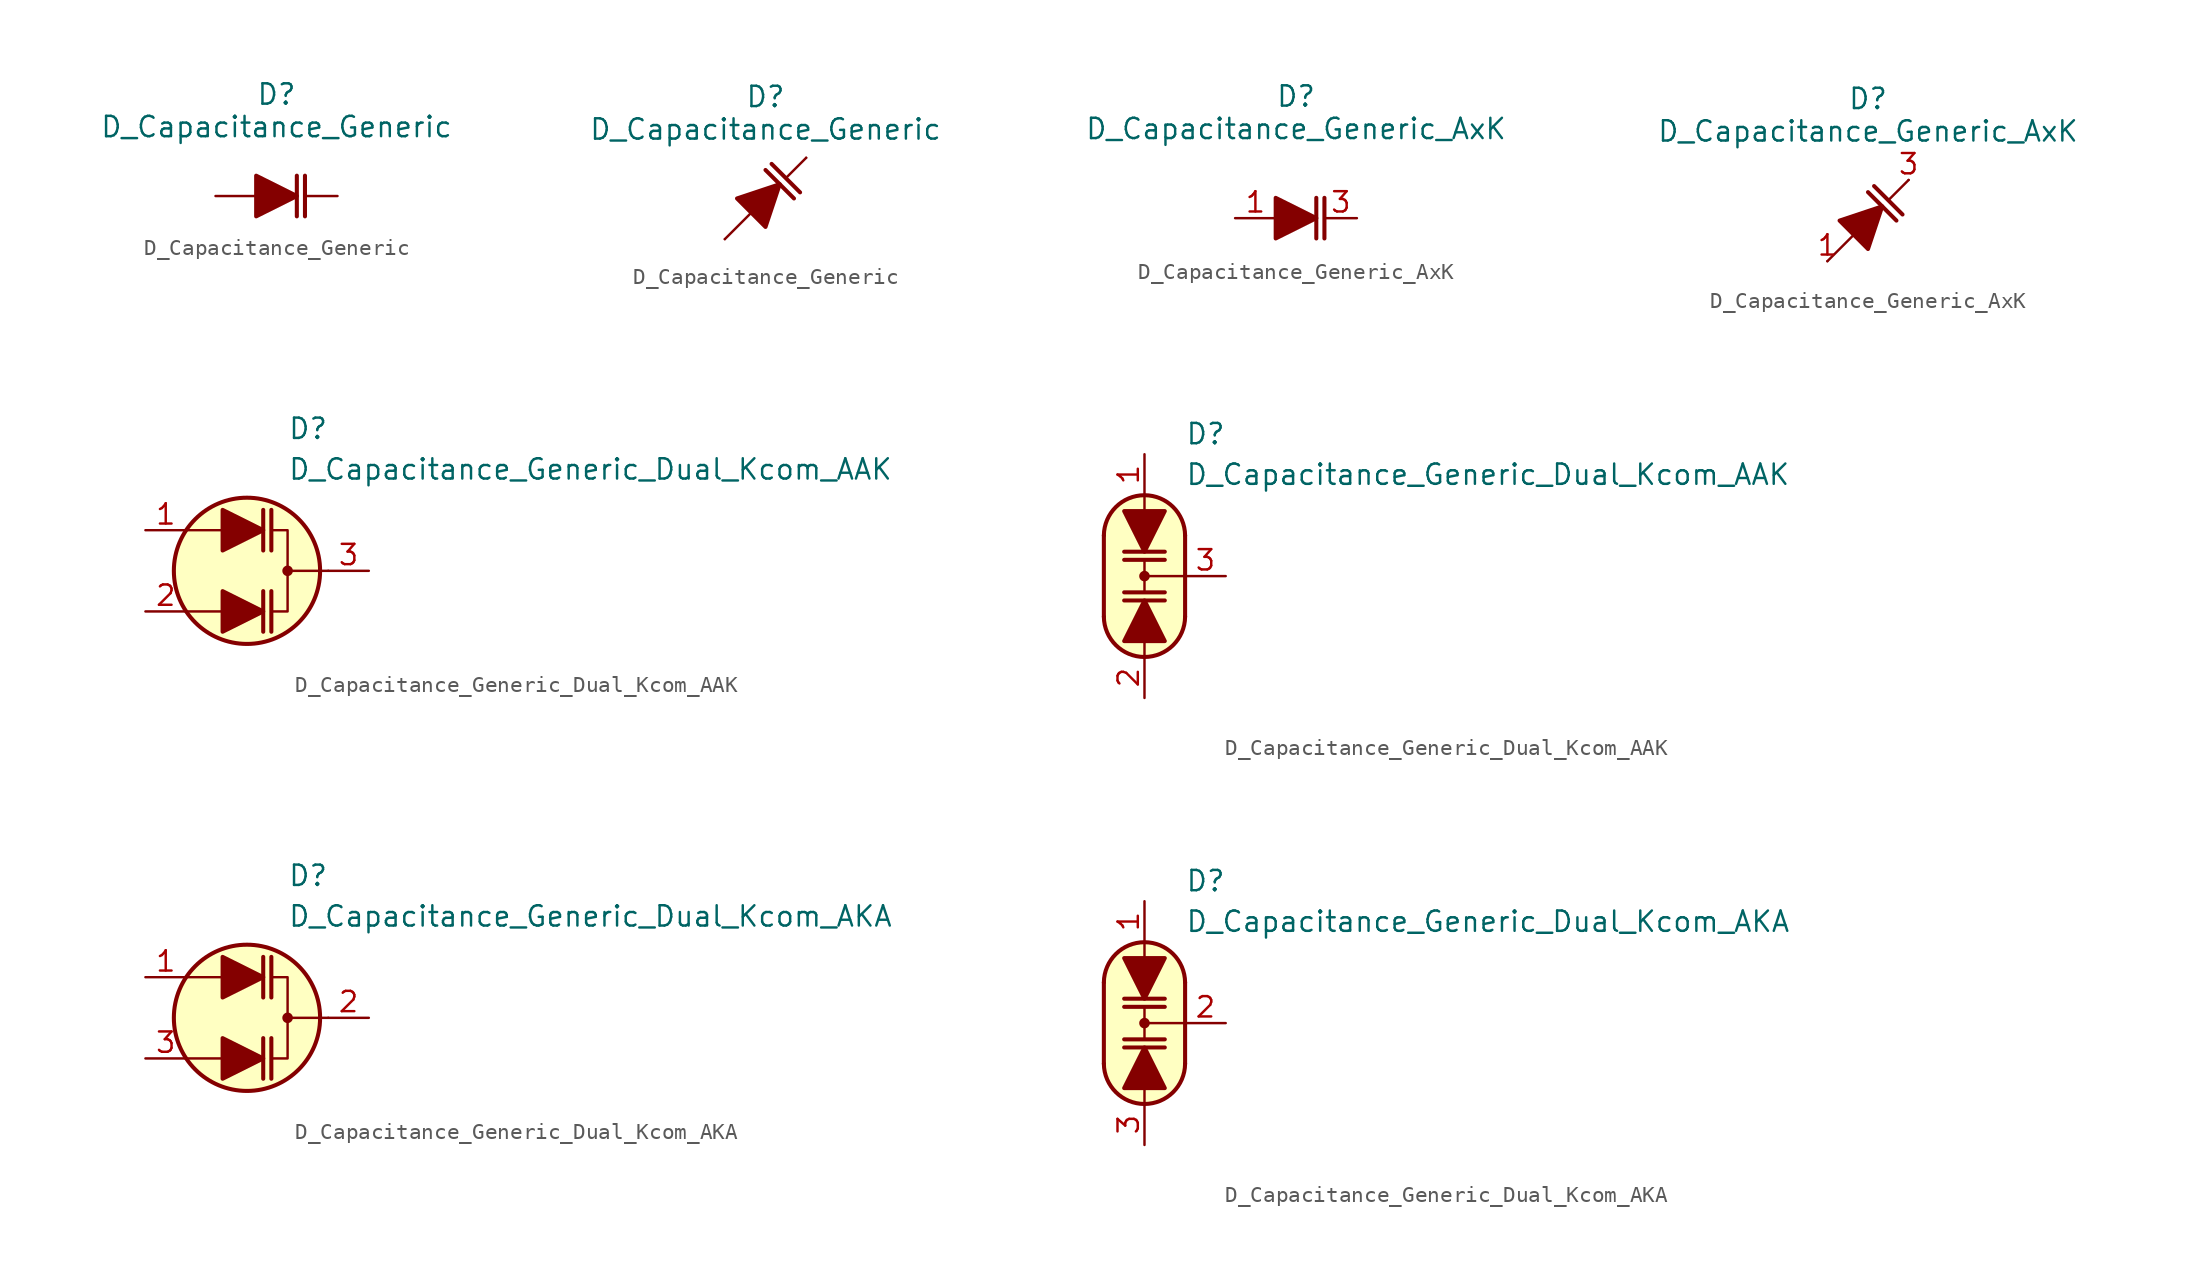
<source format=kicad_sym>
(kicad_symbol_lib
  (version 20231120)
  (generator "kicad_symbol_editor")
  (generator_version "8.0")
  (symbol "D_Capacitance_Generic"
    (pin_numbers hide)
    (pin_names
      (offset 1.016) hide)
    (property "Reference" "D"
      (at 0 6.35 0)
      (effects (font (size 1.27 1.27))))
    (property "Value" "D_Capacitance_Generic"
      (at 0 4.318 0)
      (effects (font (size 1.27 1.27))))
    (symbol "D_Capacitance_Generic_0_1"
      (polyline (pts (xy 1.27 -1.27) (xy 1.27 1.27)) (stroke (width 0.254) (type default)) (fill (type none)))
      (polyline (pts (xy 1.27 0) (xy -1.27 0)) (stroke (width 0) (type default)) (fill (type none)))
      (polyline (pts (xy -1.27 -1.27) (xy -1.27 1.27) (xy 1.27 0) (xy -1.27 -1.27)) (stroke (width 0.254) (type default)) (fill (type outline))))
    (symbol "D_Capacitance_Generic_0_2"
      (polyline (pts (xy -2.54 -2.54) (xy -0.889 -0.889)) (stroke (width 0) (type default)) (fill (type none)))
      (polyline (pts (xy 0 1.778) (xy 1.778 0)) (stroke (width 0.254) (type default)) (fill (type none)))
      (polyline (pts (xy 0.381 2.159) (xy 2.159 0.381)) (stroke (width 0.254) (type default)) (fill (type none)))
      (polyline (pts (xy 1.27 1.27) (xy 2.54 2.54)) (stroke (width 0) (type default)) (fill (type none)))
      (polyline (pts (xy -0.889 -0.889) (xy -1.778 0) (xy 0.889 0.889) (xy 0 -1.778) (xy -0.889 -0.889)) (stroke (width 0.254) (type default)) (fill (type outline))))
    (symbol "D_Capacitance_Generic_1_1"
      (polyline (pts (xy 1.778 -1.27) (xy 1.778 1.27)) (stroke (width 0.254) (type default)) (fill (type none)))
      (pin passive line (at 3.81 0 180) (length 2.007) (name "K" (effects (font (size 1.27 1.27)))) (number "1" (effects (font (size 1.27 1.27)))))
      (pin passive line (at -3.81 0 0) (length 2.54) (name "A" (effects (font (size 1.27 1.27)))) (number "2" (effects (font (size 1.27 1.27))))))
    (symbol "D_Capacitance_Generic_1_2"
      (pin passive line (at 2.54 2.54 180) (length 0) (name "K" (effects (font (size 1.27 1.27)))) (number "1" (effects (font (size 1.27 1.27)))))
      (pin passive line (at -2.54 -2.54 0) (length 0) (name "A" (effects (font (size 1.27 1.27)))) (number "2" (effects (font (size 1.27 1.27)))))))
  (symbol "D_Capacitance_Generic_AxK"
    (pin_names
      (offset 1.016) hide)
    (property "Reference" "D"
      (at 0 7.62 0)
      (effects (font (size 1.27 1.27))))
    (property "Value" "D_Capacitance_Generic_AxK"
      (at 0 5.588 0)
      (effects (font (size 1.27 1.27))))
    (symbol "D_Capacitance_Generic_AxK_0_1"
      (polyline (pts (xy 1.27 -1.27) (xy 1.27 1.27)) (stroke (width 0.254) (type default)) (fill (type none)))
      (polyline (pts (xy 1.27 0) (xy -1.27 0)) (stroke (width 0) (type default)) (fill (type none)))
      (polyline (pts (xy -1.27 -1.27) (xy -1.27 1.27) (xy 1.27 0) (xy -1.27 -1.27)) (stroke (width 0.254) (type default)) (fill (type outline))))
    (symbol "D_Capacitance_Generic_AxK_0_2"
      (polyline (pts (xy -2.54 -2.54) (xy -0.889 -0.889)) (stroke (width 0) (type default)) (fill (type none)))
      (polyline (pts (xy 0 1.778) (xy 1.778 0)) (stroke (width 0.254) (type default)) (fill (type none)))
      (polyline (pts (xy 0.381 2.159) (xy 2.159 0.381)) (stroke (width 0.254) (type default)) (fill (type none)))
      (polyline (pts (xy 1.27 1.27) (xy 2.54 2.54)) (stroke (width 0) (type default)) (fill (type none)))
      (polyline (pts (xy -0.889 -0.889) (xy -1.778 0) (xy 0.889 0.889) (xy 0 -1.778) (xy -0.889 -0.889)) (stroke (width 0.254) (type default)) (fill (type outline))))
    (symbol "D_Capacitance_Generic_AxK_1_1"
      (polyline (pts (xy 1.778 -1.27) (xy 1.778 1.27)) (stroke (width 0.254) (type default)) (fill (type none)))
      (pin passive line (at -3.81 0 0) (length 2.54) (name "A" (effects (font (size 1.27 1.27)))) (number "1" (effects (font (size 1.27 1.27)))))
      (pin free line (at 0 0 0) (length 2.54) hide (name "NC" (effects (font (size 1.27 1.27)))) (number "2" (effects (font (size 1.27 1.27)))))
      (pin passive line (at 3.81 0 180) (length 2.007) (name "K" (effects (font (size 1.27 1.27)))) (number "3" (effects (font (size 1.27 1.27))))))
    (symbol "D_Capacitance_Generic_AxK_1_2"
      (pin passive line (at -2.54 -2.54 0) (length 0) (name "A" (effects (font (size 1.27 1.27)))) (number "1" (effects (font (size 1.27 1.27)))))
      (pin free line (at 0 0 0) (length 2.54) hide (name "NC" (effects (font (size 1.27 1.27)))) (number "2" (effects (font (size 1.27 1.27)))))
      (pin passive line (at 2.54 2.54 180) (length 0) (name "K" (effects (font (size 1.27 1.27)))) (number "3" (effects (font (size 1.27 1.27)))))))
  (symbol "D_Capacitance_Generic_Dual_Kcom_AAK"
    (pin_names
      (offset 1.016) hide)
    (property "Reference" "D"
      (at 2.54 8.89 0)
      (effects (font (size 1.27 1.27)) (justify left)))
    (property "Value" "D_Capacitance_Generic_Dual_Kcom_AAK"
      (at 2.54 6.35 0)
      (effects (font (size 1.27 1.27)) (justify left)))
    (symbol "D_Capacitance_Generic_Dual_Kcom_AAK_0_1"
      (polyline (pts (xy -1.27 -2.54) (xy -3.81 -2.54)) (stroke (width 0) (type default)) (fill (type none)))
      (polyline (pts (xy -1.27 2.54) (xy -3.81 2.54)) (stroke (width 0) (type default)) (fill (type none)))
      (polyline (pts (xy 1.524 1.27) (xy 1.524 3.81)) (stroke (width 0.254) (type default)) (fill (type none)))
      (polyline (pts (xy 5.08 0) (xy 2.54 0)) (stroke (width 0) (type default)) (fill (type none)))
      (polyline (pts (xy 1.524 2.54) (xy 2.54 2.54) (xy 2.54 -2.54) (xy 1.524 -2.54)) (stroke (width 0) (type default)) (fill (type none)))
      (circle (center 0 0) (radius 4.572) (stroke (width 0.254) (type default)) (fill (type background)))
      (circle (center 2.54 0) (radius 0.254) (stroke (width 0) (type default)) (fill (type outline))))
    (symbol "D_Capacitance_Generic_Dual_Kcom_AAK_1_1"
      (polyline (pts (xy 1.016 -3.81) (xy 1.016 -1.27)) (stroke (width 0.254) (type default)) (fill (type none)))
      (polyline (pts (xy 1.016 1.27) (xy 1.016 3.81)) (stroke (width 0.254) (type default)) (fill (type none)))
      (polyline (pts (xy 1.524 -3.81) (xy 1.524 -1.27)) (stroke (width 0.254) (type default)) (fill (type none)))
      (polyline (pts (xy -1.524 -3.81) (xy -1.524 -1.27) (xy 1.016 -2.54) (xy -1.524 -3.81)) (stroke (width 0.254) (type default)) (fill (type outline)))
      (polyline (pts (xy -1.524 1.27) (xy -1.524 3.81) (xy 1.016 2.54) (xy -1.524 1.27)) (stroke (width 0.254) (type default)) (fill (type outline)))
      (pin passive line (at -6.35 2.54 0) (length 2.54) (name "A2" (effects (font (size 1.27 1.27)))) (number "1" (effects (font (size 1.27 1.27)))))
      (pin passive line (at -6.35 -2.54 0) (length 2.54) (name "A1" (effects (font (size 1.27 1.27)))) (number "2" (effects (font (size 1.27 1.27)))))
      (pin passive line (at 7.62 0 180) (length 2.54) (name "K" (effects (font (size 1.27 1.27)))) (number "3" (effects (font (size 1.27 1.27))))))
    (symbol "D_Capacitance_Generic_Dual_Kcom_AAK_1_2"
      (arc (start -2.54 -2.54) (mid 0 -5.0576) (end 2.54 -2.54) (stroke (width 0.254) (type default)) (fill (type none)))
      (polyline (pts (xy -2.54 2.54) (xy -2.54 -2.54)) (stroke (width 0.254) (type default)) (fill (type none)))
      (polyline (pts (xy -1.27 -1.524) (xy 1.27 -1.524)) (stroke (width 0.254) (type default)) (fill (type none)))
      (polyline (pts (xy 0 -5.08) (xy 0 -3.81)) (stroke (width 0) (type default)) (fill (type none)))
      (polyline (pts (xy 0 0) (xy 2.54 0)) (stroke (width 0) (type default)) (fill (type none)))
      (polyline (pts (xy 0 1.016) (xy 0 -1.016)) (stroke (width 0) (type default)) (fill (type none)))
      (polyline (pts (xy 0 5.08) (xy 0 3.81)) (stroke (width 0) (type default)) (fill (type none)))
      (polyline (pts (xy 1.27 -1.016) (xy -1.27 -1.016)) (stroke (width 0.254) (type default)) (fill (type none)))
      (polyline (pts (xy 1.27 1.016) (xy -1.27 1.016)) (stroke (width 0.254) (type default)) (fill (type none)))
      (polyline (pts (xy 1.27 1.524) (xy -1.27 1.524)) (stroke (width 0.254) (type default)) (fill (type none)))
      (polyline (pts (xy 2.54 -2.54) (xy 2.54 2.54)) (stroke (width 0.254) (type default)) (fill (type none)))
      (polyline (pts (xy -1.27 -4.064) (xy 1.27 -4.064) (xy 0 -1.524) (xy -1.27 -4.064)) (stroke (width 0.254) (type default)) (fill (type outline)))
      (polyline (pts (xy 1.27 4.064) (xy -1.27 4.064) (xy 0 1.524) (xy 1.27 4.064)) (stroke (width 0.254) (type default)) (fill (type outline)))
      (polyline (pts (xy 0 -5.08) (xy -1.016 -4.826) (xy -1.778 -4.318) (xy -2.286 -3.556) (xy -2.54 -3.048) (xy -2.54 2.794) (xy -2.286 3.556) (xy -1.778 4.318) (xy -1.016 4.826) (xy -0.254 5.08) (xy 0.254 5.08) (xy 1.016 4.826) (xy 1.524 4.572) (xy 2.032 4.064) (xy 2.286 3.556) (xy 2.54 2.794) (xy 2.54 -2.794) (xy 2.286 -3.556) (xy 2.032 -4.064) (xy 1.524 -4.572) (xy 1.016 -4.826) (xy 0 -5.08)) (stroke (width 0.01) (type default)) (fill (type background)))
      (circle (center 0 0) (radius 0.254) (stroke (width 0) (type default)) (fill (type outline)))
      (arc (start 2.54 2.54) (mid 0 5.0576) (end -2.54 2.54) (stroke (width 0.254) (type default)) (fill (type none)))
      (pin passive line (at 0 7.62 270) (length 2.54) (name "A2" (effects (font (size 1.27 1.27)))) (number "1" (effects (font (size 1.27 1.27)))))
      (pin passive line (at 0 -7.62 90) (length 2.54) (name "A1" (effects (font (size 1.27 1.27)))) (number "2" (effects (font (size 1.27 1.27)))))
      (pin passive line (at 5.08 0 180) (length 2.54) (name "K" (effects (font (size 1.27 1.27)))) (number "3" (effects (font (size 1.27 1.27)))))))
  (symbol "D_Capacitance_Generic_Dual_Kcom_AKA"
    (pin_names
      (offset 1.016) hide)
    (property "Reference" "D"
      (at 2.54 8.89 0)
      (effects (font (size 1.27 1.27)) (justify left)))
    (property "Value" "D_Capacitance_Generic_Dual_Kcom_AKA"
      (at 2.54 6.35 0)
      (effects (font (size 1.27 1.27)) (justify left)))
    (symbol "D_Capacitance_Generic_Dual_Kcom_AKA_0_1"
      (polyline (pts (xy -1.27 -2.54) (xy -3.81 -2.54)) (stroke (width 0) (type default)) (fill (type none)))
      (polyline (pts (xy -1.27 2.54) (xy -3.81 2.54)) (stroke (width 0) (type default)) (fill (type none)))
      (polyline (pts (xy 1.524 1.27) (xy 1.524 3.81)) (stroke (width 0.254) (type default)) (fill (type none)))
      (polyline (pts (xy 5.08 0) (xy 2.54 0)) (stroke (width 0) (type default)) (fill (type none)))
      (polyline (pts (xy 1.524 2.54) (xy 2.54 2.54) (xy 2.54 -2.54) (xy 1.524 -2.54)) (stroke (width 0) (type default)) (fill (type none)))
      (circle (center 0 0) (radius 4.572) (stroke (width 0.254) (type default)) (fill (type background)))
      (circle (center 2.54 0) (radius 0.254) (stroke (width 0) (type default)) (fill (type outline))))
    (symbol "D_Capacitance_Generic_Dual_Kcom_AKA_1_1"
      (polyline (pts (xy 1.016 -3.81) (xy 1.016 -1.27)) (stroke (width 0.254) (type default)) (fill (type none)))
      (polyline (pts (xy 1.016 1.27) (xy 1.016 3.81)) (stroke (width 0.254) (type default)) (fill (type none)))
      (polyline (pts (xy 1.524 -3.81) (xy 1.524 -1.27)) (stroke (width 0.254) (type default)) (fill (type none)))
      (polyline (pts (xy -1.524 -3.81) (xy -1.524 -1.27) (xy 1.016 -2.54) (xy -1.524 -3.81)) (stroke (width 0.254) (type default)) (fill (type outline)))
      (polyline (pts (xy -1.524 1.27) (xy -1.524 3.81) (xy 1.016 2.54) (xy -1.524 1.27)) (stroke (width 0.254) (type default)) (fill (type outline)))
      (pin passive line (at -6.35 2.54 0) (length 2.54) (name "A2" (effects (font (size 1.27 1.27)))) (number "1" (effects (font (size 1.27 1.27)))))
      (pin passive line (at 7.62 0 180) (length 2.54) (name "K" (effects (font (size 1.27 1.27)))) (number "2" (effects (font (size 1.27 1.27)))))
      (pin passive line (at -6.35 -2.54 0) (length 2.54) (name "A1" (effects (font (size 1.27 1.27)))) (number "3" (effects (font (size 1.27 1.27))))))
    (symbol "D_Capacitance_Generic_Dual_Kcom_AKA_1_2"
      (arc (start -2.54 -2.54) (mid 0 -5.0576) (end 2.54 -2.54) (stroke (width 0.254) (type default)) (fill (type none)))
      (polyline (pts (xy -2.54 2.54) (xy -2.54 -2.54)) (stroke (width 0.254) (type default)) (fill (type none)))
      (polyline (pts (xy -1.27 -1.524) (xy 1.27 -1.524)) (stroke (width 0.254) (type default)) (fill (type none)))
      (polyline (pts (xy 0 -5.08) (xy 0 -3.81)) (stroke (width 0) (type default)) (fill (type none)))
      (polyline (pts (xy 0 0) (xy 2.54 0)) (stroke (width 0) (type default)) (fill (type none)))
      (polyline (pts (xy 0 1.016) (xy 0 -1.016)) (stroke (width 0) (type default)) (fill (type none)))
      (polyline (pts (xy 0 5.08) (xy 0 3.81)) (stroke (width 0) (type default)) (fill (type none)))
      (polyline (pts (xy 1.27 -1.016) (xy -1.27 -1.016)) (stroke (width 0.254) (type default)) (fill (type none)))
      (polyline (pts (xy 1.27 1.016) (xy -1.27 1.016)) (stroke (width 0.254) (type default)) (fill (type none)))
      (polyline (pts (xy 1.27 1.524) (xy -1.27 1.524)) (stroke (width 0.254) (type default)) (fill (type none)))
      (polyline (pts (xy 2.54 -2.54) (xy 2.54 2.54)) (stroke (width 0.254) (type default)) (fill (type none)))
      (polyline (pts (xy -1.27 -4.064) (xy 1.27 -4.064) (xy 0 -1.524) (xy -1.27 -4.064)) (stroke (width 0.254) (type default)) (fill (type outline)))
      (polyline (pts (xy 1.27 4.064) (xy -1.27 4.064) (xy 0 1.524) (xy 1.27 4.064)) (stroke (width 0.254) (type default)) (fill (type outline)))
      (polyline (pts (xy 0 -5.08) (xy -1.016 -4.826) (xy -1.778 -4.318) (xy -2.286 -3.556) (xy -2.54 -3.048) (xy -2.54 2.794) (xy -2.286 3.556) (xy -1.778 4.318) (xy -1.016 4.826) (xy -0.254 5.08) (xy 0.254 5.08) (xy 1.016 4.826) (xy 1.524 4.572) (xy 2.032 4.064) (xy 2.286 3.556) (xy 2.54 2.794) (xy 2.54 -2.794) (xy 2.286 -3.556) (xy 2.032 -4.064) (xy 1.524 -4.572) (xy 1.016 -4.826) (xy 0 -5.08)) (stroke (width 0.01) (type default)) (fill (type background)))
      (circle (center 0 0) (radius 0.254) (stroke (width 0) (type default)) (fill (type outline)))
      (arc (start 2.54 2.54) (mid 0 5.0576) (end -2.54 2.54) (stroke (width 0.254) (type default)) (fill (type none)))
      (pin passive line (at 0 7.62 270) (length 2.54) (name "A2" (effects (font (size 1.27 1.27)))) (number "1" (effects (font (size 1.27 1.27)))))
      (pin passive line (at 5.08 0 180) (length 2.54) (name "K" (effects (font (size 1.27 1.27)))) (number "2" (effects (font (size 1.27 1.27)))))
      (pin passive line (at 0 -7.62 90) (length 2.54) (name "A1" (effects (font (size 1.27 1.27)))) (number "3" (effects (font (size 1.27 1.27))))))))
</source>
